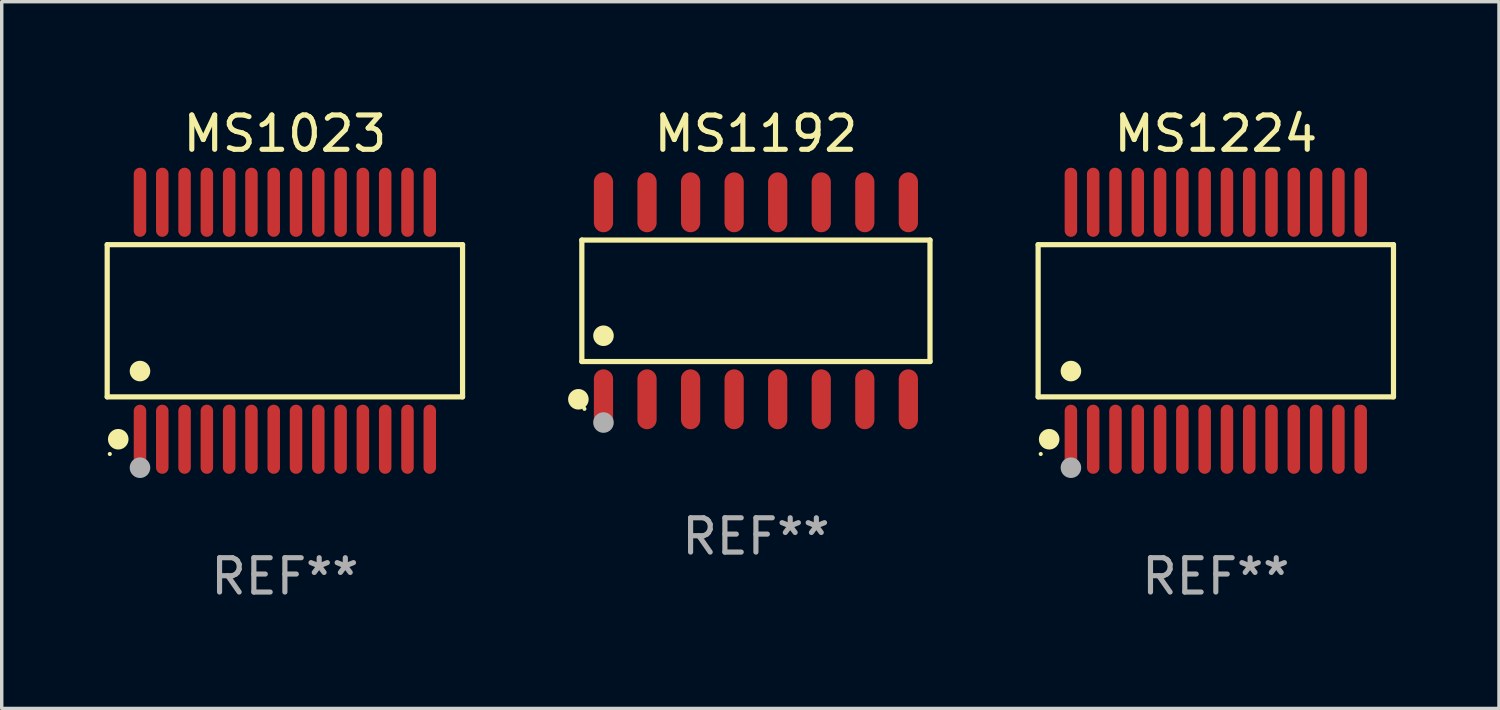
<source format=kicad_pcb>
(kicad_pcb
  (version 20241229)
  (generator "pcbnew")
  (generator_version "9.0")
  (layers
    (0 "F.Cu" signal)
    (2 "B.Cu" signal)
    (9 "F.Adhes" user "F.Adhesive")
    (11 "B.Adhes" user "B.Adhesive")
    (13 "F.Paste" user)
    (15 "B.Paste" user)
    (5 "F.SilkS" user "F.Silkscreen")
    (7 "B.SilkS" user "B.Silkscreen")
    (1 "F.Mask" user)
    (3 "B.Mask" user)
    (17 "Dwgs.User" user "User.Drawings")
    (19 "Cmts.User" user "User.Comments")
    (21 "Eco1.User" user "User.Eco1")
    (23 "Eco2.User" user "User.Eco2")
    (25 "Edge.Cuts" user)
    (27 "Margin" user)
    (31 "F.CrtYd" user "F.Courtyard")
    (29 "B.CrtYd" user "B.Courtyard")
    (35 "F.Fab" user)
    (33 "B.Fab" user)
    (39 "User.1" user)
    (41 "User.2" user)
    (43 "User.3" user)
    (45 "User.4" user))
  (footprint "MS1023"
    (layer "F.Cu")
    (at 5.257 6.303)
    (property "Reference" "MS1023" (at 0 -5.455 0) (layer "F.SilkS") (effects (font (size 1 1) (thickness 0.15))))
    (attr through_hole)
    (fp_line (start -5.181 -2.219) (end 5.181 -2.219) (stroke (width 0.152) (type solid)) (layer "F.SilkS"))
    (fp_line (start -5.181 2.219) (end -5.181 -2.219) (stroke (width 0.152) (type solid)) (layer "F.SilkS"))
    (fp_line (start 5.181 -2.219) (end 5.181 2.219) (stroke (width 0.152) (type solid)) (layer "F.SilkS"))
    (fp_line (start 5.181 2.219) (end -5.181 2.219) (stroke (width 0.152) (type solid)) (layer "F.SilkS"))
    (fp_circle (center -5.105 3.885) (end -5.075 3.885) (stroke (width 0.06) (type solid)) (fill no) (layer "F.SilkS"))
    (fp_circle (center -4.859 3.455) (end -4.709 3.455) (stroke (width 0.3) (type solid)) (fill no) (layer "F.SilkS"))
    (fp_circle (center -4.225 1.467) (end -4.075 1.467) (stroke (width 0.3) (type solid)) (fill no) (layer "F.SilkS"))
    (fp_circle (center -4.225 4.285) (end -4.075 4.285) (stroke (width 0.3) (type solid)) (fill no) (layer "F.Fab"))
    (fp_text user "REF**" (at 0 7.455 0) (layer "F.Fab") (effects (font (size 1 1) (thickness 0.15))))
    (pad "1" smd oval (at -4.225 3.455) (size 0.364 2.015) (layers "F.Cu" "F.Mask" "F.Paste"))
    (pad "2" smd oval (at -3.575 3.455) (size 0.364 2.015) (layers "F.Cu" "F.Mask" "F.Paste"))
    (pad "3" smd oval (at -2.925 3.455) (size 0.364 2.015) (layers "F.Cu" "F.Mask" "F.Paste"))
    (pad "4" smd oval (at -2.275 3.455) (size 0.364 2.015) (layers "F.Cu" "F.Mask" "F.Paste"))
    (pad "5" smd oval (at -1.625 3.455) (size 0.364 2.015) (layers "F.Cu" "F.Mask" "F.Paste"))
    (pad "6" smd oval (at -0.975 3.455) (size 0.364 2.015) (layers "F.Cu" "F.Mask" "F.Paste"))
    (pad "7" smd oval (at -0.325 3.455) (size 0.364 2.015) (layers "F.Cu" "F.Mask" "F.Paste"))
    (pad "8" smd oval (at 0.325 3.455) (size 0.364 2.015) (layers "F.Cu" "F.Mask" "F.Paste"))
    (pad "9" smd oval (at 0.975 3.455) (size 0.364 2.015) (layers "F.Cu" "F.Mask" "F.Paste"))
    (pad "10" smd oval (at 1.625 3.455) (size 0.364 2.015) (layers "F.Cu" "F.Mask" "F.Paste"))
    (pad "11" smd oval (at 2.275 3.455) (size 0.364 2.015) (layers "F.Cu" "F.Mask" "F.Paste"))
    (pad "12" smd oval (at 2.925 3.455) (size 0.364 2.015) (layers "F.Cu" "F.Mask" "F.Paste"))
    (pad "13" smd oval (at 3.575 3.455) (size 0.364 2.015) (layers "F.Cu" "F.Mask" "F.Paste"))
    (pad "14" smd oval (at 4.225 3.455) (size 0.364 2.015) (layers "F.Cu" "F.Mask" "F.Paste"))
    (pad "15" smd oval (at 4.225 -3.455) (size 0.364 2.015) (layers "F.Cu" "F.Mask" "F.Paste"))
    (pad "16" smd oval (at 3.575 -3.455) (size 0.364 2.015) (layers "F.Cu" "F.Mask" "F.Paste"))
    (pad "17" smd oval (at 2.925 -3.455) (size 0.364 2.015) (layers "F.Cu" "F.Mask" "F.Paste"))
    (pad "18" smd oval (at 2.275 -3.455) (size 0.364 2.015) (layers "F.Cu" "F.Mask" "F.Paste"))
    (pad "19" smd oval (at 1.625 -3.455) (size 0.364 2.015) (layers "F.Cu" "F.Mask" "F.Paste"))
    (pad "20" smd oval (at 0.975 -3.455) (size 0.364 2.015) (layers "F.Cu" "F.Mask" "F.Paste"))
    (pad "21" smd oval (at 0.325 -3.455) (size 0.364 2.015) (layers "F.Cu" "F.Mask" "F.Paste"))
    (pad "22" smd oval (at -0.325 -3.455) (size 0.364 2.015) (layers "F.Cu" "F.Mask" "F.Paste"))
    (pad "23" smd oval (at -0.975 -3.455) (size 0.364 2.015) (layers "F.Cu" "F.Mask" "F.Paste"))
    (pad "24" smd oval (at -1.625 -3.455) (size 0.364 2.015) (layers "F.Cu" "F.Mask" "F.Paste"))
    (pad "25" smd oval (at -2.275 -3.455) (size 0.364 2.015) (layers "F.Cu" "F.Mask" "F.Paste"))
    (pad "26" smd oval (at -2.925 -3.455) (size 0.364 2.015) (layers "F.Cu" "F.Mask" "F.Paste"))
    (pad "27" smd oval (at -3.575 -3.455) (size 0.364 2.015) (layers "F.Cu" "F.Mask" "F.Paste"))
    (pad "28" smd oval (at -4.225 -3.455) (size 0.364 2.015) (layers "F.Cu" "F.Mask" "F.Paste")))
  (footprint "MS1224"
    (layer "F.Cu")
    (at 32.402 6.303)
    (property "Reference" "MS1224" (at 0 -5.455 0) (layer "F.SilkS") (effects (font (size 1 1) (thickness 0.15))))
    (attr through_hole)
    (fp_line (start -5.181 -2.219) (end 5.181 -2.219) (stroke (width 0.152) (type solid)) (layer "F.SilkS"))
    (fp_line (start -5.181 2.219) (end -5.181 -2.219) (stroke (width 0.152) (type solid)) (layer "F.SilkS"))
    (fp_line (start 5.181 -2.219) (end 5.181 2.219) (stroke (width 0.152) (type solid)) (layer "F.SilkS"))
    (fp_line (start 5.181 2.219) (end -5.181 2.219) (stroke (width 0.152) (type solid)) (layer "F.SilkS"))
    (fp_circle (center -5.105 3.885) (end -5.075 3.885) (stroke (width 0.06) (type solid)) (fill no) (layer "F.SilkS"))
    (fp_circle (center -4.859 3.455) (end -4.709 3.455) (stroke (width 0.3) (type solid)) (fill no) (layer "F.SilkS"))
    (fp_circle (center -4.225 1.467) (end -4.075 1.467) (stroke (width 0.3) (type solid)) (fill no) (layer "F.SilkS"))
    (fp_circle (center -4.225 4.285) (end -4.075 4.285) (stroke (width 0.3) (type solid)) (fill no) (layer "F.Fab"))
    (fp_text user "REF**" (at 0 7.455 0) (layer "F.Fab") (effects (font (size 1 1) (thickness 0.15))))
    (pad "1" smd oval (at -4.225 3.455) (size 0.364 2.015) (layers "F.Cu" "F.Mask" "F.Paste"))
    (pad "2" smd oval (at -3.575 3.455) (size 0.364 2.015) (layers "F.Cu" "F.Mask" "F.Paste"))
    (pad "3" smd oval (at -2.925 3.455) (size 0.364 2.015) (layers "F.Cu" "F.Mask" "F.Paste"))
    (pad "4" smd oval (at -2.275 3.455) (size 0.364 2.015) (layers "F.Cu" "F.Mask" "F.Paste"))
    (pad "5" smd oval (at -1.625 3.455) (size 0.364 2.015) (layers "F.Cu" "F.Mask" "F.Paste"))
    (pad "6" smd oval (at -0.975 3.455) (size 0.364 2.015) (layers "F.Cu" "F.Mask" "F.Paste"))
    (pad "7" smd oval (at -0.325 3.455) (size 0.364 2.015) (layers "F.Cu" "F.Mask" "F.Paste"))
    (pad "8" smd oval (at 0.325 3.455) (size 0.364 2.015) (layers "F.Cu" "F.Mask" "F.Paste"))
    (pad "9" smd oval (at 0.975 3.455) (size 0.364 2.015) (layers "F.Cu" "F.Mask" "F.Paste"))
    (pad "10" smd oval (at 1.625 3.455) (size 0.364 2.015) (layers "F.Cu" "F.Mask" "F.Paste"))
    (pad "11" smd oval (at 2.275 3.455) (size 0.364 2.015) (layers "F.Cu" "F.Mask" "F.Paste"))
    (pad "12" smd oval (at 2.925 3.455) (size 0.364 2.015) (layers "F.Cu" "F.Mask" "F.Paste"))
    (pad "13" smd oval (at 3.575 3.455) (size 0.364 2.015) (layers "F.Cu" "F.Mask" "F.Paste"))
    (pad "14" smd oval (at 4.225 3.455) (size 0.364 2.015) (layers "F.Cu" "F.Mask" "F.Paste"))
    (pad "15" smd oval (at 4.225 -3.455) (size 0.364 2.015) (layers "F.Cu" "F.Mask" "F.Paste"))
    (pad "16" smd oval (at 3.575 -3.455) (size 0.364 2.015) (layers "F.Cu" "F.Mask" "F.Paste"))
    (pad "17" smd oval (at 2.925 -3.455) (size 0.364 2.015) (layers "F.Cu" "F.Mask" "F.Paste"))
    (pad "18" smd oval (at 2.275 -3.455) (size 0.364 2.015) (layers "F.Cu" "F.Mask" "F.Paste"))
    (pad "19" smd oval (at 1.625 -3.455) (size 0.364 2.015) (layers "F.Cu" "F.Mask" "F.Paste"))
    (pad "20" smd oval (at 0.975 -3.455) (size 0.364 2.015) (layers "F.Cu" "F.Mask" "F.Paste"))
    (pad "21" smd oval (at 0.325 -3.455) (size 0.364 2.015) (layers "F.Cu" "F.Mask" "F.Paste"))
    (pad "22" smd oval (at -0.325 -3.455) (size 0.364 2.015) (layers "F.Cu" "F.Mask" "F.Paste"))
    (pad "23" smd oval (at -0.975 -3.455) (size 0.364 2.015) (layers "F.Cu" "F.Mask" "F.Paste"))
    (pad "24" smd oval (at -1.625 -3.455) (size 0.364 2.015) (layers "F.Cu" "F.Mask" "F.Paste"))
    (pad "25" smd oval (at -2.275 -3.455) (size 0.364 2.015) (layers "F.Cu" "F.Mask" "F.Paste"))
    (pad "26" smd oval (at -2.925 -3.455) (size 0.364 2.015) (layers "F.Cu" "F.Mask" "F.Paste"))
    (pad "27" smd oval (at -3.575 -3.455) (size 0.364 2.015) (layers "F.Cu" "F.Mask" "F.Paste"))
    (pad "28" smd oval (at -4.225 -3.455) (size 0.364 2.015) (layers "F.Cu" "F.Mask" "F.Paste")))
  (footprint "MS1192"
    (layer "F.Cu")
    (at 18.992 5.721)
    (property "Reference" "MS1192" (at 0 -4.872 0) (layer "F.SilkS") (effects (font (size 1 1) (thickness 0.15))))
    (attr through_hole)
    (fp_line (start -5.076 -1.771) (end 5.076 -1.771) (stroke (width 0.152) (type solid)) (layer "F.SilkS"))
    (fp_line (start -5.076 1.771) (end -5.076 -1.771) (stroke (width 0.152) (type solid)) (layer "F.SilkS"))
    (fp_line (start 5.076 -1.771) (end 5.076 1.771) (stroke (width 0.152) (type solid)) (layer "F.SilkS"))
    (fp_line (start 5.076 1.771) (end -5.076 1.771) (stroke (width 0.152) (type solid)) (layer "F.SilkS"))
    (fp_circle (center -5.177 2.872) (end -5.027 2.872) (stroke (width 0.3) (type solid)) (fill no) (layer "F.SilkS"))
    (fp_circle (center -5 3.15) (end -4.97 3.15) (stroke (width 0.06) (type solid)) (fill no) (layer "F.SilkS"))
    (fp_circle (center -4.445 1.019) (end -4.295 1.019) (stroke (width 0.3) (type solid)) (fill no) (layer "F.SilkS"))
    (fp_circle (center -4.445 3.55) (end -4.295 3.55) (stroke (width 0.3) (type solid)) (fill no) (layer "F.Fab"))
    (fp_text user "REF**" (at 0 6.872 0) (layer "F.Fab") (effects (font (size 1 1) (thickness 0.15))))
    (pad "1" smd oval (at -4.445 2.872) (size 0.56 1.745) (layers "F.Cu" "F.Mask" "F.Paste"))
    (pad "2" smd oval (at -3.175 2.872) (size 0.56 1.745) (layers "F.Cu" "F.Mask" "F.Paste"))
    (pad "3" smd oval (at -1.905 2.872) (size 0.56 1.745) (layers "F.Cu" "F.Mask" "F.Paste"))
    (pad "4" smd oval (at -0.635 2.872) (size 0.56 1.745) (layers "F.Cu" "F.Mask" "F.Paste"))
    (pad "5" smd oval (at 0.635 2.872) (size 0.56 1.745) (layers "F.Cu" "F.Mask" "F.Paste"))
    (pad "6" smd oval (at 1.905 2.872) (size 0.56 1.745) (layers "F.Cu" "F.Mask" "F.Paste"))
    (pad "7" smd oval (at 3.175 2.872) (size 0.56 1.745) (layers "F.Cu" "F.Mask" "F.Paste"))
    (pad "8" smd oval (at 4.445 2.872) (size 0.56 1.745) (layers "F.Cu" "F.Mask" "F.Paste"))
    (pad "9" smd oval (at 4.445 -2.872) (size 0.56 1.745) (layers "F.Cu" "F.Mask" "F.Paste"))
    (pad "10" smd oval (at 3.175 -2.872) (size 0.56 1.745) (layers "F.Cu" "F.Mask" "F.Paste"))
    (pad "11" smd oval (at 1.905 -2.872) (size 0.56 1.745) (layers "F.Cu" "F.Mask" "F.Paste"))
    (pad "12" smd oval (at 0.635 -2.872) (size 0.56 1.745) (layers "F.Cu" "F.Mask" "F.Paste"))
    (pad "13" smd oval (at -0.635 -2.872) (size 0.56 1.745) (layers "F.Cu" "F.Mask" "F.Paste"))
    (pad "14" smd oval (at -1.905 -2.872) (size 0.56 1.745) (layers "F.Cu" "F.Mask" "F.Paste"))
    (pad "15" smd oval (at -3.175 -2.872) (size 0.56 1.745) (layers "F.Cu" "F.Mask" "F.Paste"))
    (pad "16" smd oval (at -4.445 -2.872) (size 0.56 1.745) (layers "F.Cu" "F.Mask" "F.Paste")))
  (gr_rect
    (start -3 -3)
    (end 40.659 17.607)
    (stroke (width 0.1) (type default))
    (fill no)
    (layer "Edge.Cuts")))
</source>
